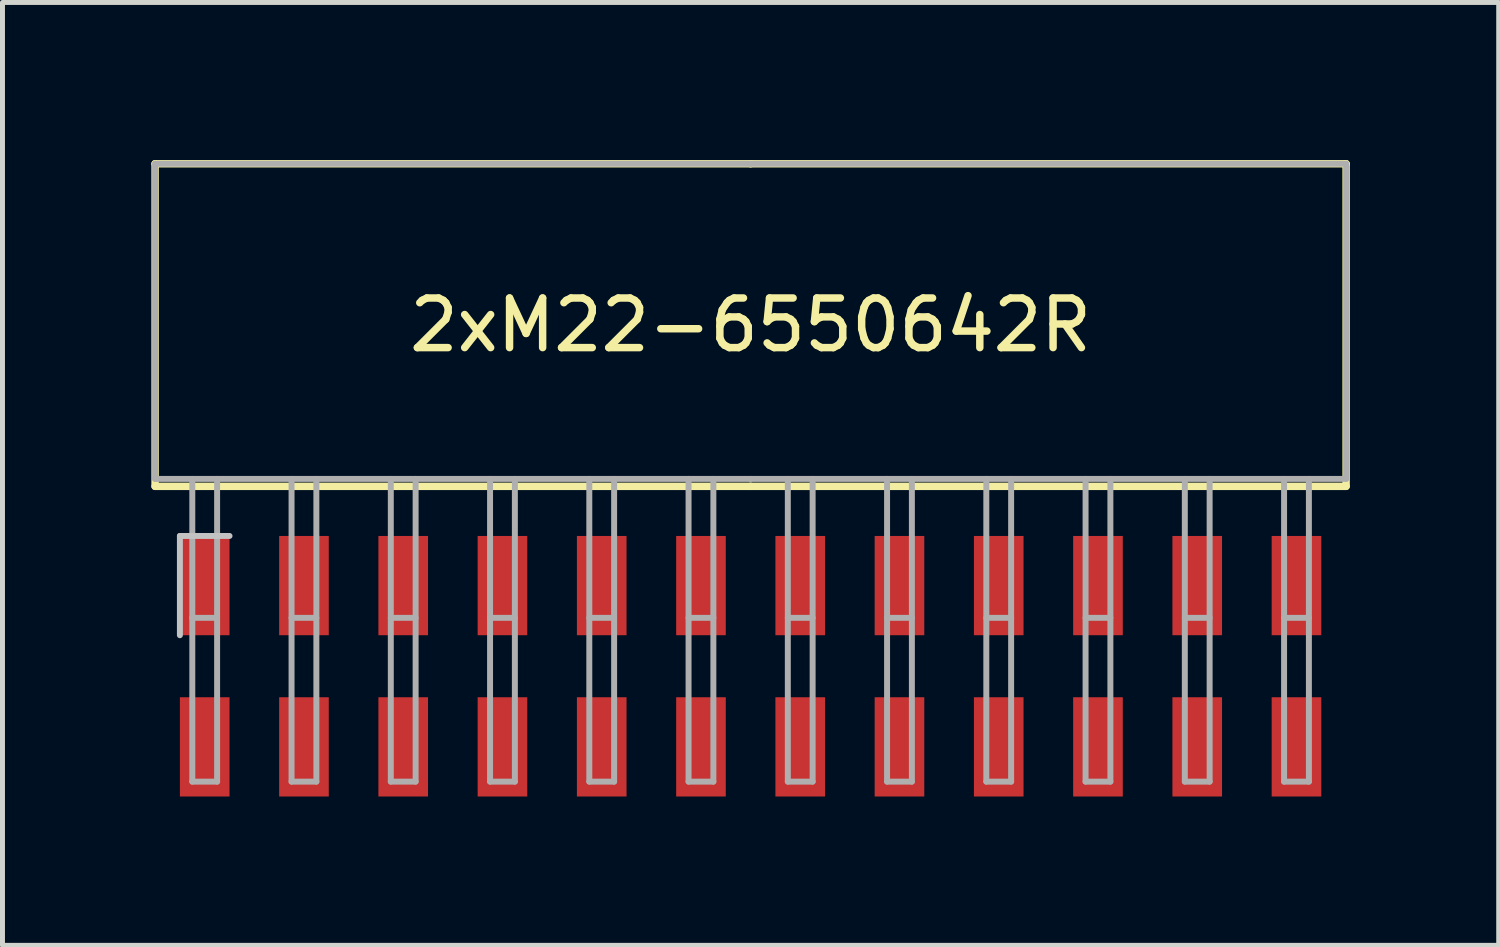
<source format=kicad_pcb>
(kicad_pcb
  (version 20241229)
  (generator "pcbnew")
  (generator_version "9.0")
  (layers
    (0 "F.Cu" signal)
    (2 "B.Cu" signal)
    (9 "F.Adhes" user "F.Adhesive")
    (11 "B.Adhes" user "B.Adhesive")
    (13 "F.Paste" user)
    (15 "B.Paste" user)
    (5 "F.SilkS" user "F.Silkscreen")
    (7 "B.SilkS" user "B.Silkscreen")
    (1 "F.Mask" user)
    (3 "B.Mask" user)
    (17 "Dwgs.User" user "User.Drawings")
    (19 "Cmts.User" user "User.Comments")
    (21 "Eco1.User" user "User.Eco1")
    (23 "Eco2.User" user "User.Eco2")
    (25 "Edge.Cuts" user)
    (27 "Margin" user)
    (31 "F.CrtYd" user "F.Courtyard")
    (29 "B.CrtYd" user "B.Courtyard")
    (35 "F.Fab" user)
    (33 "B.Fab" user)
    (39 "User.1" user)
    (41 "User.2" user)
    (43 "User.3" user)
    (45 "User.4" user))
  (footprint "2xM22-6550642R"
    (layer "F.Cu")
    (at 12.075 0.25)
    (property "Reference" "2xM22-6550642R" (at 0 3.25 0) (layer "F.SilkS") (effects (font (size 1 1) (thickness 0.15))))
    (attr smd)
    (fp_line (start -12 0) (end -12 6.5) (stroke (width 0.15) (type solid)) (layer "F.SilkS"))
    (fp_line (start -12 6.5) (end 0 6.5) (stroke (width 0.15) (type solid)) (layer "F.SilkS"))
    (fp_line (start 0 0) (end -12 0) (stroke (width 0.15) (type solid)) (layer "F.SilkS"))
    (fp_line (start 0 6.5) (end 12 6.5) (stroke (width 0.15) (type solid)) (layer "F.SilkS"))
    (fp_line (start 12 0) (end 0 0) (stroke (width 0.15) (type solid)) (layer "F.SilkS"))
    (fp_line (start 12 6.5) (end 12 0) (stroke (width 0.15) (type solid)) (layer "F.SilkS"))
    (fp_line (start -11.5 7.5) (end -11.5 9.5) (stroke (width 0.12) (type solid)) (layer "Dwgs.User"))
    (fp_line (start -11.5 7.5) (end -10.5 7.5) (stroke (width 0.12) (type solid)) (layer "Dwgs.User"))
    (fp_line (start -12 0) (end -12 6.35) (stroke (width 0.12) (type solid)) (layer "F.Fab"))
    (fp_line (start -12 0) (end 0 0) (stroke (width 0.12) (type solid)) (layer "F.Fab"))
    (fp_line (start -12 6.35) (end 0 6.35) (stroke (width 0.12) (type solid)) (layer "F.Fab"))
    (fp_line (start -11.25 6.35) (end -11.25 12.45) (stroke (width 0.12) (type solid)) (layer "F.Fab"))
    (fp_line (start -11.25 9.15) (end -10.75 9.15) (stroke (width 0.12) (type solid)) (layer "F.Fab"))
    (fp_line (start -11.25 12.45) (end -10.75 12.45) (stroke (width 0.12) (type solid)) (layer "F.Fab"))
    (fp_line (start -10.75 12.45) (end -10.75 6.35) (stroke (width 0.12) (type solid)) (layer "F.Fab"))
    (fp_line (start -9.25 6.35) (end -9.25 12.45) (stroke (width 0.12) (type solid)) (layer "F.Fab"))
    (fp_line (start -9.25 9.15) (end -8.75 9.15) (stroke (width 0.12) (type solid)) (layer "F.Fab"))
    (fp_line (start -9.25 12.45) (end -8.75 12.45) (stroke (width 0.12) (type solid)) (layer "F.Fab"))
    (fp_line (start -8.75 12.45) (end -8.75 6.35) (stroke (width 0.12) (type solid)) (layer "F.Fab"))
    (fp_line (start -7.25 6.35) (end -7.25 12.45) (stroke (width 0.12) (type solid)) (layer "F.Fab"))
    (fp_line (start -7.25 9.15) (end -6.75 9.15) (stroke (width 0.12) (type solid)) (layer "F.Fab"))
    (fp_line (start -7.25 12.45) (end -6.75 12.45) (stroke (width 0.12) (type solid)) (layer "F.Fab"))
    (fp_line (start -6.75 12.45) (end -6.75 6.35) (stroke (width 0.12) (type solid)) (layer "F.Fab"))
    (fp_line (start -5.25 6.35) (end -5.25 12.45) (stroke (width 0.12) (type solid)) (layer "F.Fab"))
    (fp_line (start -5.25 9.15) (end -4.75 9.15) (stroke (width 0.12) (type solid)) (layer "F.Fab"))
    (fp_line (start -5.25 12.45) (end -4.75 12.45) (stroke (width 0.12) (type solid)) (layer "F.Fab"))
    (fp_line (start -4.75 12.45) (end -4.75 6.35) (stroke (width 0.12) (type solid)) (layer "F.Fab"))
    (fp_line (start -3.25 6.35) (end -3.25 12.45) (stroke (width 0.12) (type solid)) (layer "F.Fab"))
    (fp_line (start -3.25 9.15) (end -2.75 9.15) (stroke (width 0.12) (type solid)) (layer "F.Fab"))
    (fp_line (start -3.25 12.45) (end -2.75 12.45) (stroke (width 0.12) (type solid)) (layer "F.Fab"))
    (fp_line (start -2.75 12.45) (end -2.75 6.35) (stroke (width 0.12) (type solid)) (layer "F.Fab"))
    (fp_line (start -1.25 6.35) (end -1.25 12.45) (stroke (width 0.12) (type solid)) (layer "F.Fab"))
    (fp_line (start -1.25 9.15) (end -0.75 9.15) (stroke (width 0.12) (type solid)) (layer "F.Fab"))
    (fp_line (start -1.25 12.45) (end -0.75 12.45) (stroke (width 0.12) (type solid)) (layer "F.Fab"))
    (fp_line (start -0.75 12.45) (end -0.75 6.35) (stroke (width 0.12) (type solid)) (layer "F.Fab"))
    (fp_line (start 0 0) (end 12 0) (stroke (width 0.12) (type solid)) (layer "F.Fab"))
    (fp_line (start 0 6.35) (end 12 6.35) (stroke (width 0.12) (type solid)) (layer "F.Fab"))
    (fp_line (start 0.75 6.35) (end 0.75 12.45) (stroke (width 0.12) (type solid)) (layer "F.Fab"))
    (fp_line (start 0.75 9.15) (end 1.25 9.15) (stroke (width 0.12) (type solid)) (layer "F.Fab"))
    (fp_line (start 0.75 12.45) (end 1.25 12.45) (stroke (width 0.12) (type solid)) (layer "F.Fab"))
    (fp_line (start 1.25 12.45) (end 1.25 6.35) (stroke (width 0.12) (type solid)) (layer "F.Fab"))
    (fp_line (start 2.75 6.35) (end 2.75 12.45) (stroke (width 0.12) (type solid)) (layer "F.Fab"))
    (fp_line (start 2.75 9.15) (end 3.25 9.15) (stroke (width 0.12) (type solid)) (layer "F.Fab"))
    (fp_line (start 2.75 12.45) (end 3.25 12.45) (stroke (width 0.12) (type solid)) (layer "F.Fab"))
    (fp_line (start 3.25 12.45) (end 3.25 6.35) (stroke (width 0.12) (type solid)) (layer "F.Fab"))
    (fp_line (start 4.75 6.35) (end 4.75 12.45) (stroke (width 0.12) (type solid)) (layer "F.Fab"))
    (fp_line (start 4.75 9.15) (end 5.25 9.15) (stroke (width 0.12) (type solid)) (layer "F.Fab"))
    (fp_line (start 4.75 12.45) (end 5.25 12.45) (stroke (width 0.12) (type solid)) (layer "F.Fab"))
    (fp_line (start 5.25 12.45) (end 5.25 6.35) (stroke (width 0.12) (type solid)) (layer "F.Fab"))
    (fp_line (start 6.75 6.35) (end 6.75 12.45) (stroke (width 0.12) (type solid)) (layer "F.Fab"))
    (fp_line (start 6.75 9.15) (end 7.25 9.15) (stroke (width 0.12) (type solid)) (layer "F.Fab"))
    (fp_line (start 6.75 12.45) (end 7.25 12.45) (stroke (width 0.12) (type solid)) (layer "F.Fab"))
    (fp_line (start 7.25 12.45) (end 7.25 6.35) (stroke (width 0.12) (type solid)) (layer "F.Fab"))
    (fp_line (start 8.75 6.35) (end 8.75 12.45) (stroke (width 0.12) (type solid)) (layer "F.Fab"))
    (fp_line (start 8.75 9.15) (end 9.25 9.15) (stroke (width 0.12) (type solid)) (layer "F.Fab"))
    (fp_line (start 8.75 12.45) (end 9.25 12.45) (stroke (width 0.12) (type solid)) (layer "F.Fab"))
    (fp_line (start 9.25 12.45) (end 9.25 6.35) (stroke (width 0.12) (type solid)) (layer "F.Fab"))
    (fp_line (start 10.75 6.35) (end 10.75 12.45) (stroke (width 0.12) (type solid)) (layer "F.Fab"))
    (fp_line (start 10.75 9.15) (end 11.25 9.15) (stroke (width 0.12) (type solid)) (layer "F.Fab"))
    (fp_line (start 10.75 12.45) (end 11.25 12.45) (stroke (width 0.12) (type solid)) (layer "F.Fab"))
    (fp_line (start 11.25 12.45) (end 11.25 6.35) (stroke (width 0.12) (type solid)) (layer "F.Fab"))
    (fp_line (start 12 0) (end 12 6.35) (stroke (width 0.12) (type solid)) (layer "F.Fab"))
    (pad "1" smd rect (at -11 11.75) (size 1 2) (layers "F.Cu" "F.Mask" "F.Paste"))
    (pad "2" smd rect (at -11 8.5) (size 1 2) (layers "F.Cu" "F.Mask" "F.Paste"))
    (pad "3" smd rect (at -9 11.75) (size 1 2) (layers "F.Cu" "F.Mask" "F.Paste"))
    (pad "4" smd rect (at -9 8.5) (size 1 2) (layers "F.Cu" "F.Mask" "F.Paste"))
    (pad "5" smd rect (at -7 11.75) (size 1 2) (layers "F.Cu" "F.Mask" "F.Paste"))
    (pad "6" smd rect (at -7 8.5) (size 1 2) (layers "F.Cu" "F.Mask" "F.Paste"))
    (pad "7" smd rect (at -5 11.75) (size 1 2) (layers "F.Cu" "F.Mask" "F.Paste"))
    (pad "8" smd rect (at -5 8.5) (size 1 2) (layers "F.Cu" "F.Mask" "F.Paste"))
    (pad "9" smd rect (at -3 11.75) (size 1 2) (layers "F.Cu" "F.Mask" "F.Paste"))
    (pad "10" smd rect (at -3 8.5) (size 1 2) (layers "F.Cu" "F.Mask" "F.Paste"))
    (pad "11" smd rect (at -1 11.75) (size 1 2) (layers "F.Cu" "F.Mask" "F.Paste"))
    (pad "12" smd rect (at -1 8.5) (size 1 2) (layers "F.Cu" "F.Mask" "F.Paste"))
    (pad "13" smd rect (at 1 11.75) (size 1 2) (layers "F.Cu" "F.Mask" "F.Paste"))
    (pad "14" smd rect (at 1 8.5) (size 1 2) (layers "F.Cu" "F.Mask" "F.Paste"))
    (pad "15" smd rect (at 3 11.75) (size 1 2) (layers "F.Cu" "F.Mask" "F.Paste"))
    (pad "16" smd rect (at 3 8.5) (size 1 2) (layers "F.Cu" "F.Mask" "F.Paste"))
    (pad "17" smd rect (at 5 11.75) (size 1 2) (layers "F.Cu" "F.Mask" "F.Paste"))
    (pad "18" smd rect (at 5 8.5) (size 1 2) (layers "F.Cu" "F.Mask" "F.Paste"))
    (pad "19" smd rect (at 7 11.75) (size 1 2) (layers "F.Cu" "F.Mask" "F.Paste"))
    (pad "20" smd rect (at 7 8.5) (size 1 2) (layers "F.Cu" "F.Mask" "F.Paste"))
    (pad "21" smd rect (at 9 11.75) (size 1 2) (layers "F.Cu" "F.Mask" "F.Paste"))
    (pad "22" smd rect (at 9 8.5) (size 1 2) (layers "F.Cu" "F.Mask" "F.Paste"))
    (pad "23" smd rect (at 11 8.5) (size 1 2) (layers "F.Cu" "F.Mask" "F.Paste"))
    (pad "24" smd rect (at 11 11.75) (size 1 2) (layers "F.Cu" "F.Mask" "F.Paste")))
  (gr_rect
    (start -3 -3)
    (end 27.15 16)
    (stroke (width 0.1) (type default))
    (fill no)
    (layer "Edge.Cuts")))
</source>
